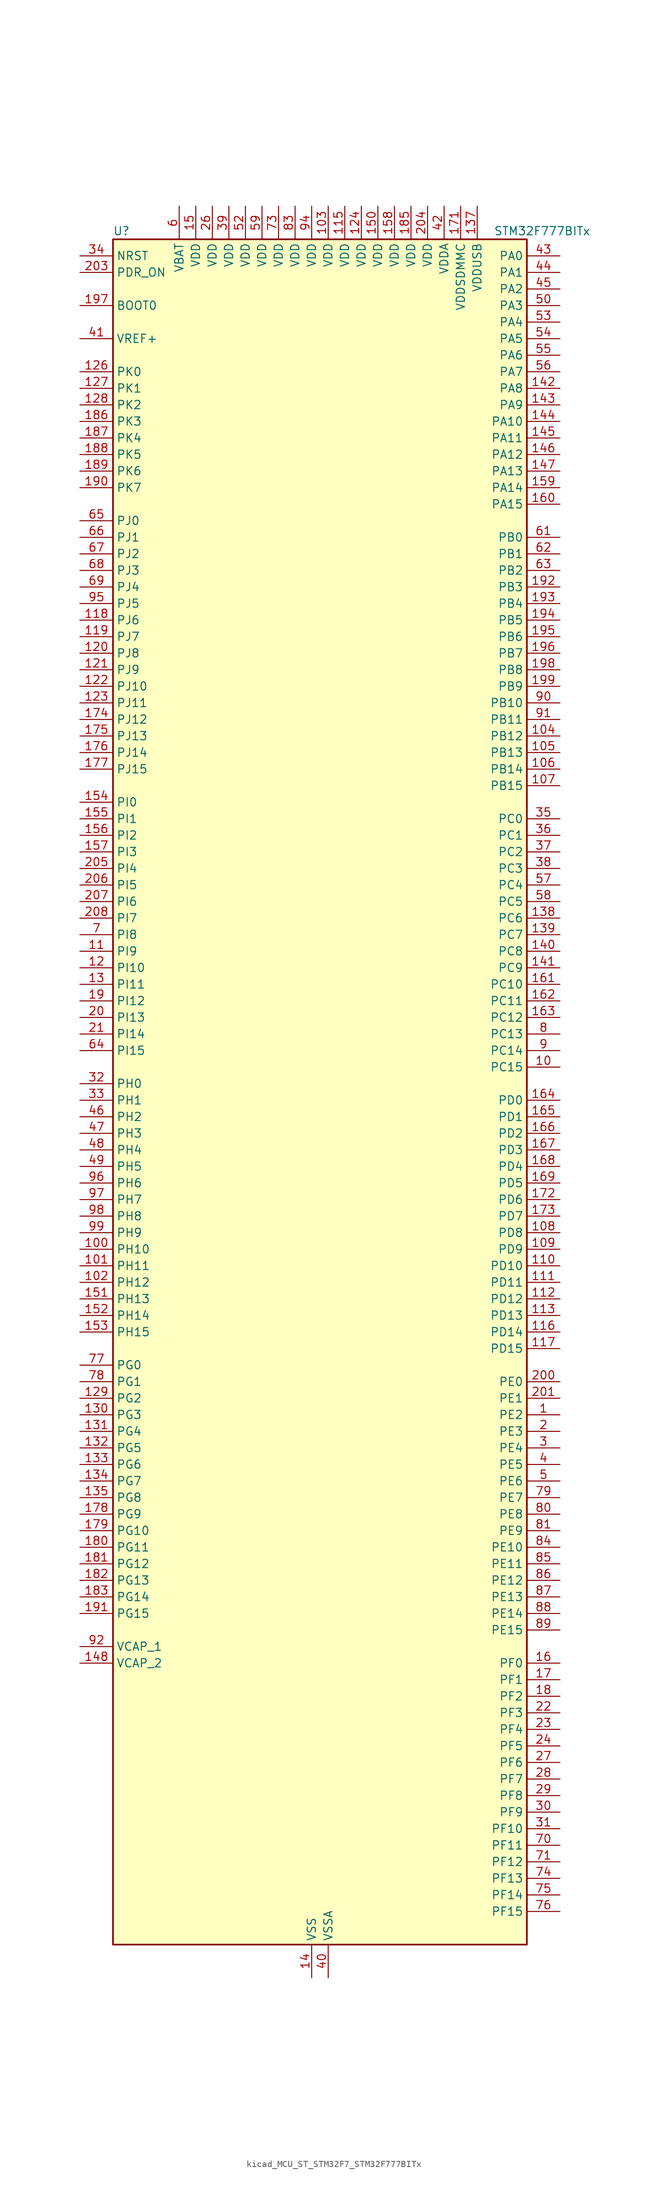
<source format=kicad_sym>
(kicad_symbol_lib
  (version 20220914)
  (generator kicad_symbol_editor)
  (symbol "kicad_MCU_ST_STM32F7_STM32F777BITx"
    (property "Reference" "U"
      (at -30.48 133.35 0)
      (effects (font (size 1.27 1.27)) (justify left)))
    (property "Value" "STM32F777BITx"
      (at 27.94 133.35 0)
      (effects (font (size 1.27 1.27)) (justify left)))
    (property "ki_locked" ""
      (at 0 0 0)
      (effects (font (size 1.27 1.27))))
    (symbol "kicad_MCU_ST_STM32F7_STM32F777BITx_0_1"
      (rectangle (start -30.48 -129.54) (end 33.02 132.08) (stroke (width 0.254) (type default)) (fill (type background))))
    (symbol "kicad_MCU_ST_STM32F7_STM32F777BITx_1_1"
      (pin bidirectional line (at 38.1 -48.26 180) (length 5.08) (name "PE2" (effects (font (size 1.27 1.27)))) (number "1" (effects (font (size 1.27 1.27)))) (alternate "ETH_TXD3" bidirectional line) (alternate "FMC_A23" bidirectional line) (alternate "QUADSPI_BK1_IO2" bidirectional line) (alternate "SAI1_MCLK_A" bidirectional line) (alternate "SPI4_SCK" bidirectional line) (alternate "SYS_TRACECLK" bidirectional line))
      (pin bidirectional line (at 38.1 5.08 180) (length 5.08) (name "PC15" (effects (font (size 1.27 1.27)))) (number "10" (effects (font (size 1.27 1.27)))) (alternate "RCC_OSC32_OUT" bidirectional line))
      (pin bidirectional line (at -35.56 -22.86 0) (length 5.08) (name "PH10" (effects (font (size 1.27 1.27)))) (number "100" (effects (font (size 1.27 1.27)))) (alternate "DCMI_D1" bidirectional line) (alternate "FMC_D18" bidirectional line) (alternate "I2C4_SMBA" bidirectional line) (alternate "LTDC_R4" bidirectional line) (alternate "TIM5_CH1" bidirectional line))
      (pin bidirectional line (at -35.56 -25.4 0) (length 5.08) (name "PH11" (effects (font (size 1.27 1.27)))) (number "101" (effects (font (size 1.27 1.27)))) (alternate "ADC1_EXTI11" bidirectional line) (alternate "ADC2_EXTI11" bidirectional line) (alternate "ADC3_EXTI11" bidirectional line) (alternate "DCMI_D2" bidirectional line) (alternate "FMC_D19" bidirectional line) (alternate "I2C4_SCL" bidirectional line) (alternate "LTDC_R5" bidirectional line) (alternate "TIM5_CH2" bidirectional line))
      (pin bidirectional line (at -35.56 -27.94 0) (length 5.08) (name "PH12" (effects (font (size 1.27 1.27)))) (number "102" (effects (font (size 1.27 1.27)))) (alternate "DCMI_D3" bidirectional line) (alternate "FMC_D20" bidirectional line) (alternate "I2C4_SDA" bidirectional line) (alternate "LTDC_R6" bidirectional line) (alternate "TIM5_CH3" bidirectional line))
      (pin power_in line (at 2.54 137.16 270) (length 5.08) (name "VDD" (effects (font (size 1.27 1.27)))) (number "103" (effects (font (size 1.27 1.27)))))
      (pin bidirectional line (at 38.1 55.88 180) (length 5.08) (name "PB12" (effects (font (size 1.27 1.27)))) (number "104" (effects (font (size 1.27 1.27)))) (alternate "CAN2_RX" bidirectional line) (alternate "DFSDM1_DATIN1" bidirectional line) (alternate "ETH_TXD0" bidirectional line) (alternate "I2C2_SMBA" bidirectional line) (alternate "I2S2_WS" bidirectional line) (alternate "SPI2_NSS" bidirectional line) (alternate "TIM1_BKIN" bidirectional line) (alternate "UART5_RX" bidirectional line) (alternate "USART3_CK" bidirectional line) (alternate "USB_OTG_HS_ID" bidirectional line) (alternate "USB_OTG_HS_ULPI_D5" bidirectional line))
      (pin bidirectional line (at 38.1 53.34 180) (length 5.08) (name "PB13" (effects (font (size 1.27 1.27)))) (number "105" (effects (font (size 1.27 1.27)))) (alternate "CAN2_TX" bidirectional line) (alternate "DFSDM1_CKIN1" bidirectional line) (alternate "ETH_TXD1" bidirectional line) (alternate "I2S2_CK" bidirectional line) (alternate "SPI2_SCK" bidirectional line) (alternate "TIM1_CH1N" bidirectional line) (alternate "UART5_TX" bidirectional line) (alternate "USART3_CTS" bidirectional line) (alternate "USB_OTG_HS_ULPI_D6" bidirectional line) (alternate "USB_OTG_HS_VBUS" bidirectional line))
      (pin bidirectional line (at 38.1 50.8 180) (length 5.08) (name "PB14" (effects (font (size 1.27 1.27)))) (number "106" (effects (font (size 1.27 1.27)))) (alternate "DFSDM1_DATIN2" bidirectional line) (alternate "SDMMC2_D0" bidirectional line) (alternate "SPI2_MISO" bidirectional line) (alternate "TIM12_CH1" bidirectional line) (alternate "TIM1_CH2N" bidirectional line) (alternate "TIM8_CH2N" bidirectional line) (alternate "UART4_DE" bidirectional line) (alternate "UART4_RTS" bidirectional line) (alternate "USART1_TX" bidirectional line) (alternate "USART3_DE" bidirectional line) (alternate "USART3_RTS" bidirectional line) (alternate "USB_OTG_HS_DM" bidirectional line))
      (pin bidirectional line (at 38.1 48.26 180) (length 5.08) (name "PB15" (effects (font (size 1.27 1.27)))) (number "107" (effects (font (size 1.27 1.27)))) (alternate "DFSDM1_CKIN2" bidirectional line) (alternate "I2S2_SD" bidirectional line) (alternate "RTC_REFIN" bidirectional line) (alternate "SDMMC2_D1" bidirectional line) (alternate "SPI2_MOSI" bidirectional line) (alternate "TIM12_CH2" bidirectional line) (alternate "TIM1_CH3N" bidirectional line) (alternate "TIM8_CH3N" bidirectional line) (alternate "UART4_CTS" bidirectional line) (alternate "USART1_RX" bidirectional line) (alternate "USB_OTG_HS_DP" bidirectional line))
      (pin bidirectional line (at 38.1 -20.32 180) (length 5.08) (name "PD8" (effects (font (size 1.27 1.27)))) (number "108" (effects (font (size 1.27 1.27)))) (alternate "DFSDM1_CKIN3" bidirectional line) (alternate "FMC_D13" bidirectional line) (alternate "FMC_DA13" bidirectional line) (alternate "SPDIFRX_IN1" bidirectional line) (alternate "USART3_TX" bidirectional line))
      (pin bidirectional line (at 38.1 -22.86 180) (length 5.08) (name "PD9" (effects (font (size 1.27 1.27)))) (number "109" (effects (font (size 1.27 1.27)))) (alternate "DAC_EXTI9" bidirectional line) (alternate "DFSDM1_DATIN3" bidirectional line) (alternate "FMC_D14" bidirectional line) (alternate "FMC_DA14" bidirectional line) (alternate "USART3_RX" bidirectional line))
      (pin bidirectional line (at -35.56 22.86 0) (length 5.08) (name "PI9" (effects (font (size 1.27 1.27)))) (number "11" (effects (font (size 1.27 1.27)))) (alternate "CAN1_RX" bidirectional line) (alternate "DAC_EXTI9" bidirectional line) (alternate "FMC_D30" bidirectional line) (alternate "LTDC_VSYNC" bidirectional line) (alternate "UART4_RX" bidirectional line))
      (pin bidirectional line (at 38.1 -25.4 180) (length 5.08) (name "PD10" (effects (font (size 1.27 1.27)))) (number "110" (effects (font (size 1.27 1.27)))) (alternate "DFSDM1_CKOUT" bidirectional line) (alternate "FMC_D15" bidirectional line) (alternate "FMC_DA15" bidirectional line) (alternate "LTDC_B3" bidirectional line) (alternate "USART3_CK" bidirectional line))
      (pin bidirectional line (at 38.1 -27.94 180) (length 5.08) (name "PD11" (effects (font (size 1.27 1.27)))) (number "111" (effects (font (size 1.27 1.27)))) (alternate "ADC1_EXTI11" bidirectional line) (alternate "ADC2_EXTI11" bidirectional line) (alternate "ADC3_EXTI11" bidirectional line) (alternate "FMC_A16" bidirectional line) (alternate "FMC_CLE" bidirectional line) (alternate "I2C4_SMBA" bidirectional line) (alternate "QUADSPI_BK1_IO0" bidirectional line) (alternate "SAI2_SD_A" bidirectional line) (alternate "USART3_CTS" bidirectional line))
      (pin bidirectional line (at 38.1 -30.48 180) (length 5.08) (name "PD12" (effects (font (size 1.27 1.27)))) (number "112" (effects (font (size 1.27 1.27)))) (alternate "FMC_A17" bidirectional line) (alternate "FMC_ALE" bidirectional line) (alternate "I2C4_SCL" bidirectional line) (alternate "LPTIM1_IN1" bidirectional line) (alternate "QUADSPI_BK1_IO1" bidirectional line) (alternate "SAI2_FS_A" bidirectional line) (alternate "TIM4_CH1" bidirectional line) (alternate "USART3_DE" bidirectional line) (alternate "USART3_RTS" bidirectional line))
      (pin bidirectional line (at 38.1 -33.02 180) (length 5.08) (name "PD13" (effects (font (size 1.27 1.27)))) (number "113" (effects (font (size 1.27 1.27)))) (alternate "FMC_A18" bidirectional line) (alternate "I2C4_SDA" bidirectional line) (alternate "LPTIM1_OUT" bidirectional line) (alternate "QUADSPI_BK1_IO3" bidirectional line) (alternate "SAI2_SCK_A" bidirectional line) (alternate "TIM4_CH2" bidirectional line))
      (pin passive line (at 0 -134.62 90) (length 5.08) hide (name "VSS" (effects (font (size 1.27 1.27)))) (number "114" (effects (font (size 1.27 1.27)))))
      (pin power_in line (at 5.08 137.16 270) (length 5.08) (name "VDD" (effects (font (size 1.27 1.27)))) (number "115" (effects (font (size 1.27 1.27)))))
      (pin bidirectional line (at 38.1 -35.56 180) (length 5.08) (name "PD14" (effects (font (size 1.27 1.27)))) (number "116" (effects (font (size 1.27 1.27)))) (alternate "FMC_D0" bidirectional line) (alternate "FMC_DA0" bidirectional line) (alternate "TIM4_CH3" bidirectional line) (alternate "UART8_CTS" bidirectional line))
      (pin bidirectional line (at 38.1 -38.1 180) (length 5.08) (name "PD15" (effects (font (size 1.27 1.27)))) (number "117" (effects (font (size 1.27 1.27)))) (alternate "FMC_D1" bidirectional line) (alternate "FMC_DA1" bidirectional line) (alternate "TIM4_CH4" bidirectional line) (alternate "UART8_DE" bidirectional line) (alternate "UART8_RTS" bidirectional line))
      (pin bidirectional line (at -35.56 73.66 0) (length 5.08) (name "PJ6" (effects (font (size 1.27 1.27)))) (number "118" (effects (font (size 1.27 1.27)))) (alternate "LTDC_R7" bidirectional line))
      (pin bidirectional line (at -35.56 71.12 0) (length 5.08) (name "PJ7" (effects (font (size 1.27 1.27)))) (number "119" (effects (font (size 1.27 1.27)))) (alternate "LTDC_G0" bidirectional line))
      (pin bidirectional line (at -35.56 20.32 0) (length 5.08) (name "PI10" (effects (font (size 1.27 1.27)))) (number "12" (effects (font (size 1.27 1.27)))) (alternate "ETH_RX_ER" bidirectional line) (alternate "FMC_D31" bidirectional line) (alternate "LTDC_HSYNC" bidirectional line))
      (pin bidirectional line (at -35.56 68.58 0) (length 5.08) (name "PJ8" (effects (font (size 1.27 1.27)))) (number "120" (effects (font (size 1.27 1.27)))) (alternate "LTDC_G1" bidirectional line))
      (pin bidirectional line (at -35.56 66.04 0) (length 5.08) (name "PJ9" (effects (font (size 1.27 1.27)))) (number "121" (effects (font (size 1.27 1.27)))) (alternate "DAC_EXTI9" bidirectional line) (alternate "LTDC_G2" bidirectional line))
      (pin bidirectional line (at -35.56 63.5 0) (length 5.08) (name "PJ10" (effects (font (size 1.27 1.27)))) (number "122" (effects (font (size 1.27 1.27)))) (alternate "LTDC_G3" bidirectional line))
      (pin bidirectional line (at -35.56 60.96 0) (length 5.08) (name "PJ11" (effects (font (size 1.27 1.27)))) (number "123" (effects (font (size 1.27 1.27)))) (alternate "ADC1_EXTI11" bidirectional line) (alternate "ADC2_EXTI11" bidirectional line) (alternate "ADC3_EXTI11" bidirectional line) (alternate "LTDC_G4" bidirectional line))
      (pin power_in line (at 7.62 137.16 270) (length 5.08) (name "VDD" (effects (font (size 1.27 1.27)))) (number "124" (effects (font (size 1.27 1.27)))))
      (pin passive line (at 0 -134.62 90) (length 5.08) hide (name "VSS" (effects (font (size 1.27 1.27)))) (number "125" (effects (font (size 1.27 1.27)))))
      (pin bidirectional line (at -35.56 111.76 0) (length 5.08) (name "PK0" (effects (font (size 1.27 1.27)))) (number "126" (effects (font (size 1.27 1.27)))) (alternate "LTDC_G5" bidirectional line))
      (pin bidirectional line (at -35.56 109.22 0) (length 5.08) (name "PK1" (effects (font (size 1.27 1.27)))) (number "127" (effects (font (size 1.27 1.27)))) (alternate "LTDC_G6" bidirectional line))
      (pin bidirectional line (at -35.56 106.68 0) (length 5.08) (name "PK2" (effects (font (size 1.27 1.27)))) (number "128" (effects (font (size 1.27 1.27)))) (alternate "LTDC_G7" bidirectional line))
      (pin bidirectional line (at -35.56 -45.72 0) (length 5.08) (name "PG2" (effects (font (size 1.27 1.27)))) (number "129" (effects (font (size 1.27 1.27)))) (alternate "FMC_A12" bidirectional line))
      (pin bidirectional line (at -35.56 17.78 0) (length 5.08) (name "PI11" (effects (font (size 1.27 1.27)))) (number "13" (effects (font (size 1.27 1.27)))) (alternate "ADC1_EXTI11" bidirectional line) (alternate "ADC2_EXTI11" bidirectional line) (alternate "ADC3_EXTI11" bidirectional line) (alternate "LTDC_G6" bidirectional line) (alternate "SYS_WKUP6" bidirectional line) (alternate "USB_OTG_HS_ULPI_DIR" bidirectional line))
      (pin bidirectional line (at -35.56 -48.26 0) (length 5.08) (name "PG3" (effects (font (size 1.27 1.27)))) (number "130" (effects (font (size 1.27 1.27)))) (alternate "FMC_A13" bidirectional line))
      (pin bidirectional line (at -35.56 -50.8 0) (length 5.08) (name "PG4" (effects (font (size 1.27 1.27)))) (number "131" (effects (font (size 1.27 1.27)))) (alternate "FMC_A14" bidirectional line) (alternate "FMC_BA0" bidirectional line))
      (pin bidirectional line (at -35.56 -53.34 0) (length 5.08) (name "PG5" (effects (font (size 1.27 1.27)))) (number "132" (effects (font (size 1.27 1.27)))) (alternate "FMC_A15" bidirectional line) (alternate "FMC_BA1" bidirectional line))
      (pin bidirectional line (at -35.56 -55.88 0) (length 5.08) (name "PG6" (effects (font (size 1.27 1.27)))) (number "133" (effects (font (size 1.27 1.27)))) (alternate "DCMI_D12" bidirectional line) (alternate "FMC_NE3" bidirectional line) (alternate "LTDC_R7" bidirectional line))
      (pin bidirectional line (at -35.56 -58.42 0) (length 5.08) (name "PG7" (effects (font (size 1.27 1.27)))) (number "134" (effects (font (size 1.27 1.27)))) (alternate "DCMI_D13" bidirectional line) (alternate "FMC_INT" bidirectional line) (alternate "LTDC_CLK" bidirectional line) (alternate "SAI1_MCLK_A" bidirectional line) (alternate "USART6_CK" bidirectional line))
      (pin bidirectional line (at -35.56 -60.96 0) (length 5.08) (name "PG8" (effects (font (size 1.27 1.27)))) (number "135" (effects (font (size 1.27 1.27)))) (alternate "ETH_PPS_OUT" bidirectional line) (alternate "FMC_SDCLK" bidirectional line) (alternate "LTDC_G7" bidirectional line) (alternate "SPDIFRX_IN2" bidirectional line) (alternate "SPI6_NSS" bidirectional line) (alternate "USART6_DE" bidirectional line) (alternate "USART6_RTS" bidirectional line))
      (pin passive line (at 0 -134.62 90) (length 5.08) hide (name "VSS" (effects (font (size 1.27 1.27)))) (number "136" (effects (font (size 1.27 1.27)))))
      (pin power_in line (at 25.4 137.16 270) (length 5.08) (name "VDDUSB" (effects (font (size 1.27 1.27)))) (number "137" (effects (font (size 1.27 1.27)))))
      (pin bidirectional line (at 38.1 27.94 180) (length 5.08) (name "PC6" (effects (font (size 1.27 1.27)))) (number "138" (effects (font (size 1.27 1.27)))) (alternate "DCMI_D0" bidirectional line) (alternate "DFSDM1_CKIN3" bidirectional line) (alternate "FMC_NWAIT" bidirectional line) (alternate "I2S2_MCK" bidirectional line) (alternate "LTDC_HSYNC" bidirectional line) (alternate "SDMMC1_D6" bidirectional line) (alternate "SDMMC2_D6" bidirectional line) (alternate "TIM3_CH1" bidirectional line) (alternate "TIM8_CH1" bidirectional line) (alternate "USART6_TX" bidirectional line))
      (pin bidirectional line (at 38.1 25.4 180) (length 5.08) (name "PC7" (effects (font (size 1.27 1.27)))) (number "139" (effects (font (size 1.27 1.27)))) (alternate "DCMI_D1" bidirectional line) (alternate "DFSDM1_DATIN3" bidirectional line) (alternate "FMC_NE1" bidirectional line) (alternate "I2S3_MCK" bidirectional line) (alternate "LTDC_G6" bidirectional line) (alternate "SDMMC1_D7" bidirectional line) (alternate "SDMMC2_D7" bidirectional line) (alternate "TIM3_CH2" bidirectional line) (alternate "TIM8_CH2" bidirectional line) (alternate "USART6_RX" bidirectional line))
      (pin power_in line (at 0 -134.62 90) (length 5.08) (name "VSS" (effects (font (size 1.27 1.27)))) (number "14" (effects (font (size 1.27 1.27)))))
      (pin bidirectional line (at 38.1 22.86 180) (length 5.08) (name "PC8" (effects (font (size 1.27 1.27)))) (number "140" (effects (font (size 1.27 1.27)))) (alternate "DCMI_D2" bidirectional line) (alternate "FMC_NCE" bidirectional line) (alternate "FMC_NE2" bidirectional line) (alternate "SDMMC1_D0" bidirectional line) (alternate "SYS_TRACED1" bidirectional line) (alternate "TIM3_CH3" bidirectional line) (alternate "TIM8_CH3" bidirectional line) (alternate "UART5_DE" bidirectional line) (alternate "UART5_RTS" bidirectional line) (alternate "USART6_CK" bidirectional line))
      (pin bidirectional line (at 38.1 20.32 180) (length 5.08) (name "PC9" (effects (font (size 1.27 1.27)))) (number "141" (effects (font (size 1.27 1.27)))) (alternate "DAC_EXTI9" bidirectional line) (alternate "DCMI_D3" bidirectional line) (alternate "I2C3_SDA" bidirectional line) (alternate "I2S_CKIN" bidirectional line) (alternate "LTDC_B2" bidirectional line) (alternate "LTDC_G3" bidirectional line) (alternate "QUADSPI_BK1_IO0" bidirectional line) (alternate "RCC_MCO_2" bidirectional line) (alternate "SDMMC1_D1" bidirectional line) (alternate "TIM3_CH4" bidirectional line) (alternate "TIM8_CH4" bidirectional line) (alternate "UART5_CTS" bidirectional line))
      (pin bidirectional line (at 38.1 109.22 180) (length 5.08) (name "PA8" (effects (font (size 1.27 1.27)))) (number "142" (effects (font (size 1.27 1.27)))) (alternate "CAN3_RX" bidirectional line) (alternate "I2C3_SCL" bidirectional line) (alternate "LTDC_B3" bidirectional line) (alternate "LTDC_R6" bidirectional line) (alternate "RCC_MCO_1" bidirectional line) (alternate "TIM1_CH1" bidirectional line) (alternate "TIM8_BKIN2" bidirectional line) (alternate "UART7_RX" bidirectional line) (alternate "USART1_CK" bidirectional line) (alternate "USB_OTG_FS_SOF" bidirectional line))
      (pin bidirectional line (at 38.1 106.68 180) (length 5.08) (name "PA9" (effects (font (size 1.27 1.27)))) (number "143" (effects (font (size 1.27 1.27)))) (alternate "DAC_EXTI9" bidirectional line) (alternate "DCMI_D0" bidirectional line) (alternate "I2C3_SMBA" bidirectional line) (alternate "I2S2_CK" bidirectional line) (alternate "LTDC_R5" bidirectional line) (alternate "SPI2_SCK" bidirectional line) (alternate "TIM1_CH2" bidirectional line) (alternate "USART1_TX" bidirectional line) (alternate "USB_OTG_FS_VBUS" bidirectional line))
      (pin bidirectional line (at 38.1 104.14 180) (length 5.08) (name "PA10" (effects (font (size 1.27 1.27)))) (number "144" (effects (font (size 1.27 1.27)))) (alternate "DCMI_D1" bidirectional line) (alternate "LTDC_B1" bidirectional line) (alternate "LTDC_B4" bidirectional line) (alternate "MDIOS_MDIO" bidirectional line) (alternate "TIM1_CH3" bidirectional line) (alternate "USART1_RX" bidirectional line) (alternate "USB_OTG_FS_ID" bidirectional line))
      (pin bidirectional line (at 38.1 101.6 180) (length 5.08) (name "PA11" (effects (font (size 1.27 1.27)))) (number "145" (effects (font (size 1.27 1.27)))) (alternate "ADC1_EXTI11" bidirectional line) (alternate "ADC2_EXTI11" bidirectional line) (alternate "ADC3_EXTI11" bidirectional line) (alternate "CAN1_RX" bidirectional line) (alternate "I2S2_WS" bidirectional line) (alternate "LTDC_R4" bidirectional line) (alternate "SPI2_NSS" bidirectional line) (alternate "TIM1_CH4" bidirectional line) (alternate "UART4_RX" bidirectional line) (alternate "USART1_CTS" bidirectional line) (alternate "USB_OTG_FS_DM" bidirectional line))
      (pin bidirectional line (at 38.1 99.06 180) (length 5.08) (name "PA12" (effects (font (size 1.27 1.27)))) (number "146" (effects (font (size 1.27 1.27)))) (alternate "CAN1_TX" bidirectional line) (alternate "I2S2_CK" bidirectional line) (alternate "LTDC_R5" bidirectional line) (alternate "SAI2_FS_B" bidirectional line) (alternate "SPI2_SCK" bidirectional line) (alternate "TIM1_ETR" bidirectional line) (alternate "UART4_TX" bidirectional line) (alternate "USART1_DE" bidirectional line) (alternate "USART1_RTS" bidirectional line) (alternate "USB_OTG_FS_DP" bidirectional line))
      (pin bidirectional line (at 38.1 96.52 180) (length 5.08) (name "PA13" (effects (font (size 1.27 1.27)))) (number "147" (effects (font (size 1.27 1.27)))) (alternate "SYS_JTMS-SWDIO" bidirectional line))
      (pin power_out line (at -35.56 -86.36 0) (length 5.08) (name "VCAP_2" (effects (font (size 1.27 1.27)))) (number "148" (effects (font (size 1.27 1.27)))))
      (pin passive line (at 0 -134.62 90) (length 5.08) hide (name "VSS" (effects (font (size 1.27 1.27)))) (number "149" (effects (font (size 1.27 1.27)))))
      (pin power_in line (at -17.78 137.16 270) (length 5.08) (name "VDD" (effects (font (size 1.27 1.27)))) (number "15" (effects (font (size 1.27 1.27)))))
      (pin power_in line (at 10.16 137.16 270) (length 5.08) (name "VDD" (effects (font (size 1.27 1.27)))) (number "150" (effects (font (size 1.27 1.27)))))
      (pin bidirectional line (at -35.56 -30.48 0) (length 5.08) (name "PH13" (effects (font (size 1.27 1.27)))) (number "151" (effects (font (size 1.27 1.27)))) (alternate "CAN1_TX" bidirectional line) (alternate "FMC_D21" bidirectional line) (alternate "LTDC_G2" bidirectional line) (alternate "TIM8_CH1N" bidirectional line) (alternate "UART4_TX" bidirectional line))
      (pin bidirectional line (at -35.56 -33.02 0) (length 5.08) (name "PH14" (effects (font (size 1.27 1.27)))) (number "152" (effects (font (size 1.27 1.27)))) (alternate "CAN1_RX" bidirectional line) (alternate "DCMI_D4" bidirectional line) (alternate "FMC_D22" bidirectional line) (alternate "LTDC_G3" bidirectional line) (alternate "TIM8_CH2N" bidirectional line) (alternate "UART4_RX" bidirectional line))
      (pin bidirectional line (at -35.56 -35.56 0) (length 5.08) (name "PH15" (effects (font (size 1.27 1.27)))) (number "153" (effects (font (size 1.27 1.27)))) (alternate "DCMI_D11" bidirectional line) (alternate "FMC_D23" bidirectional line) (alternate "LTDC_G4" bidirectional line) (alternate "TIM8_CH3N" bidirectional line))
      (pin bidirectional line (at -35.56 45.72 0) (length 5.08) (name "PI0" (effects (font (size 1.27 1.27)))) (number "154" (effects (font (size 1.27 1.27)))) (alternate "DCMI_D13" bidirectional line) (alternate "FMC_D24" bidirectional line) (alternate "I2S2_WS" bidirectional line) (alternate "LTDC_G5" bidirectional line) (alternate "SPI2_NSS" bidirectional line) (alternate "TIM5_CH4" bidirectional line))
      (pin bidirectional line (at -35.56 43.18 0) (length 5.08) (name "PI1" (effects (font (size 1.27 1.27)))) (number "155" (effects (font (size 1.27 1.27)))) (alternate "DCMI_D8" bidirectional line) (alternate "FMC_D25" bidirectional line) (alternate "I2S2_CK" bidirectional line) (alternate "LTDC_G6" bidirectional line) (alternate "SPI2_SCK" bidirectional line) (alternate "TIM8_BKIN2" bidirectional line))
      (pin bidirectional line (at -35.56 40.64 0) (length 5.08) (name "PI2" (effects (font (size 1.27 1.27)))) (number "156" (effects (font (size 1.27 1.27)))) (alternate "DCMI_D9" bidirectional line) (alternate "FMC_D26" bidirectional line) (alternate "LTDC_G7" bidirectional line) (alternate "SPI2_MISO" bidirectional line) (alternate "TIM8_CH4" bidirectional line))
      (pin bidirectional line (at -35.56 38.1 0) (length 5.08) (name "PI3" (effects (font (size 1.27 1.27)))) (number "157" (effects (font (size 1.27 1.27)))) (alternate "DCMI_D10" bidirectional line) (alternate "FMC_D27" bidirectional line) (alternate "I2S2_SD" bidirectional line) (alternate "SPI2_MOSI" bidirectional line) (alternate "TIM8_ETR" bidirectional line))
      (pin power_in line (at 12.7 137.16 270) (length 5.08) (name "VDD" (effects (font (size 1.27 1.27)))) (number "158" (effects (font (size 1.27 1.27)))))
      (pin bidirectional line (at 38.1 93.98 180) (length 5.08) (name "PA14" (effects (font (size 1.27 1.27)))) (number "159" (effects (font (size 1.27 1.27)))) (alternate "SYS_JTCK-SWCLK" bidirectional line))
      (pin bidirectional line (at 38.1 -86.36 180) (length 5.08) (name "PF0" (effects (font (size 1.27 1.27)))) (number "16" (effects (font (size 1.27 1.27)))) (alternate "FMC_A0" bidirectional line) (alternate "I2C2_SDA" bidirectional line))
      (pin bidirectional line (at 38.1 91.44 180) (length 5.08) (name "PA15" (effects (font (size 1.27 1.27)))) (number "160" (effects (font (size 1.27 1.27)))) (alternate "CAN3_TX" bidirectional line) (alternate "CEC" bidirectional line) (alternate "I2S1_WS" bidirectional line) (alternate "I2S3_WS" bidirectional line) (alternate "SPI1_NSS" bidirectional line) (alternate "SPI3_NSS" bidirectional line) (alternate "SPI6_NSS" bidirectional line) (alternate "SYS_JTDI" bidirectional line) (alternate "TIM2_CH1" bidirectional line) (alternate "TIM2_ETR" bidirectional line) (alternate "UART4_DE" bidirectional line) (alternate "UART4_RTS" bidirectional line) (alternate "UART7_TX" bidirectional line))
      (pin bidirectional line (at 38.1 17.78 180) (length 5.08) (name "PC10" (effects (font (size 1.27 1.27)))) (number "161" (effects (font (size 1.27 1.27)))) (alternate "DCMI_D8" bidirectional line) (alternate "DFSDM1_CKIN5" bidirectional line) (alternate "I2S3_CK" bidirectional line) (alternate "LTDC_R2" bidirectional line) (alternate "QUADSPI_BK1_IO1" bidirectional line) (alternate "SDMMC1_D2" bidirectional line) (alternate "SPI3_SCK" bidirectional line) (alternate "UART4_TX" bidirectional line) (alternate "USART3_TX" bidirectional line))
      (pin bidirectional line (at 38.1 15.24 180) (length 5.08) (name "PC11" (effects (font (size 1.27 1.27)))) (number "162" (effects (font (size 1.27 1.27)))) (alternate "ADC1_EXTI11" bidirectional line) (alternate "ADC2_EXTI11" bidirectional line) (alternate "ADC3_EXTI11" bidirectional line) (alternate "DCMI_D4" bidirectional line) (alternate "DFSDM1_DATIN5" bidirectional line) (alternate "QUADSPI_BK2_NCS" bidirectional line) (alternate "SDMMC1_D3" bidirectional line) (alternate "SPI3_MISO" bidirectional line) (alternate "UART4_RX" bidirectional line) (alternate "USART3_RX" bidirectional line))
      (pin bidirectional line (at 38.1 12.7 180) (length 5.08) (name "PC12" (effects (font (size 1.27 1.27)))) (number "163" (effects (font (size 1.27 1.27)))) (alternate "DCMI_D9" bidirectional line) (alternate "I2S3_SD" bidirectional line) (alternate "SDMMC1_CK" bidirectional line) (alternate "SPI3_MOSI" bidirectional line) (alternate "SYS_TRACED3" bidirectional line) (alternate "UART5_TX" bidirectional line) (alternate "USART3_CK" bidirectional line))
      (pin bidirectional line (at 38.1 0 180) (length 5.08) (name "PD0" (effects (font (size 1.27 1.27)))) (number "164" (effects (font (size 1.27 1.27)))) (alternate "CAN1_RX" bidirectional line) (alternate "DFSDM1_CKIN6" bidirectional line) (alternate "DFSDM1_DATIN7" bidirectional line) (alternate "FMC_D2" bidirectional line) (alternate "FMC_DA2" bidirectional line) (alternate "UART4_RX" bidirectional line))
      (pin bidirectional line (at 38.1 -2.54 180) (length 5.08) (name "PD1" (effects (font (size 1.27 1.27)))) (number "165" (effects (font (size 1.27 1.27)))) (alternate "CAN1_TX" bidirectional line) (alternate "DFSDM1_CKIN7" bidirectional line) (alternate "DFSDM1_DATIN6" bidirectional line) (alternate "FMC_D3" bidirectional line) (alternate "FMC_DA3" bidirectional line) (alternate "UART4_TX" bidirectional line))
      (pin bidirectional line (at 38.1 -5.08 180) (length 5.08) (name "PD2" (effects (font (size 1.27 1.27)))) (number "166" (effects (font (size 1.27 1.27)))) (alternate "DCMI_D11" bidirectional line) (alternate "SDMMC1_CMD" bidirectional line) (alternate "SYS_TRACED2" bidirectional line) (alternate "TIM3_ETR" bidirectional line) (alternate "UART5_RX" bidirectional line))
      (pin bidirectional line (at 38.1 -7.62 180) (length 5.08) (name "PD3" (effects (font (size 1.27 1.27)))) (number "167" (effects (font (size 1.27 1.27)))) (alternate "DCMI_D5" bidirectional line) (alternate "DFSDM1_CKOUT" bidirectional line) (alternate "DFSDM1_DATIN0" bidirectional line) (alternate "FMC_CLK" bidirectional line) (alternate "I2S2_CK" bidirectional line) (alternate "LTDC_G7" bidirectional line) (alternate "SPI2_SCK" bidirectional line) (alternate "USART2_CTS" bidirectional line))
      (pin bidirectional line (at 38.1 -10.16 180) (length 5.08) (name "PD4" (effects (font (size 1.27 1.27)))) (number "168" (effects (font (size 1.27 1.27)))) (alternate "DFSDM1_CKIN0" bidirectional line) (alternate "FMC_NOE" bidirectional line) (alternate "USART2_DE" bidirectional line) (alternate "USART2_RTS" bidirectional line))
      (pin bidirectional line (at 38.1 -12.7 180) (length 5.08) (name "PD5" (effects (font (size 1.27 1.27)))) (number "169" (effects (font (size 1.27 1.27)))) (alternate "FMC_NWE" bidirectional line) (alternate "USART2_TX" bidirectional line))
      (pin bidirectional line (at 38.1 -88.9 180) (length 5.08) (name "PF1" (effects (font (size 1.27 1.27)))) (number "17" (effects (font (size 1.27 1.27)))) (alternate "FMC_A1" bidirectional line) (alternate "I2C2_SCL" bidirectional line))
      (pin passive line (at 0 -134.62 90) (length 5.08) hide (name "VSS" (effects (font (size 1.27 1.27)))) (number "170" (effects (font (size 1.27 1.27)))))
      (pin power_in line (at 22.86 137.16 270) (length 5.08) (name "VDDSDMMC" (effects (font (size 1.27 1.27)))) (number "171" (effects (font (size 1.27 1.27)))))
      (pin bidirectional line (at 38.1 -15.24 180) (length 5.08) (name "PD6" (effects (font (size 1.27 1.27)))) (number "172" (effects (font (size 1.27 1.27)))) (alternate "DCMI_D10" bidirectional line) (alternate "DFSDM1_CKIN4" bidirectional line) (alternate "DFSDM1_DATIN1" bidirectional line) (alternate "FMC_NWAIT" bidirectional line) (alternate "I2S3_SD" bidirectional line) (alternate "LTDC_B2" bidirectional line) (alternate "SAI1_SD_A" bidirectional line) (alternate "SDMMC2_CK" bidirectional line) (alternate "SPI3_MOSI" bidirectional line) (alternate "USART2_RX" bidirectional line))
      (pin bidirectional line (at 38.1 -17.78 180) (length 5.08) (name "PD7" (effects (font (size 1.27 1.27)))) (number "173" (effects (font (size 1.27 1.27)))) (alternate "DFSDM1_CKIN1" bidirectional line) (alternate "DFSDM1_DATIN4" bidirectional line) (alternate "FMC_NE1" bidirectional line) (alternate "I2S1_SD" bidirectional line) (alternate "SDMMC2_CMD" bidirectional line) (alternate "SPDIFRX_IN0" bidirectional line) (alternate "SPI1_MOSI" bidirectional line) (alternate "USART2_CK" bidirectional line))
      (pin bidirectional line (at -35.56 58.42 0) (length 5.08) (name "PJ12" (effects (font (size 1.27 1.27)))) (number "174" (effects (font (size 1.27 1.27)))) (alternate "LTDC_B0" bidirectional line) (alternate "LTDC_G3" bidirectional line))
      (pin bidirectional line (at -35.56 55.88 0) (length 5.08) (name "PJ13" (effects (font (size 1.27 1.27)))) (number "175" (effects (font (size 1.27 1.27)))) (alternate "LTDC_B1" bidirectional line) (alternate "LTDC_G4" bidirectional line))
      (pin bidirectional line (at -35.56 53.34 0) (length 5.08) (name "PJ14" (effects (font (size 1.27 1.27)))) (number "176" (effects (font (size 1.27 1.27)))) (alternate "LTDC_B2" bidirectional line))
      (pin bidirectional line (at -35.56 50.8 0) (length 5.08) (name "PJ15" (effects (font (size 1.27 1.27)))) (number "177" (effects (font (size 1.27 1.27)))) (alternate "LTDC_B3" bidirectional line))
      (pin bidirectional line (at -35.56 -63.5 0) (length 5.08) (name "PG9" (effects (font (size 1.27 1.27)))) (number "178" (effects (font (size 1.27 1.27)))) (alternate "DAC_EXTI9" bidirectional line) (alternate "DCMI_VSYNC" bidirectional line) (alternate "FMC_NCE" bidirectional line) (alternate "FMC_NE2" bidirectional line) (alternate "QUADSPI_BK2_IO2" bidirectional line) (alternate "SAI2_FS_B" bidirectional line) (alternate "SDMMC2_D0" bidirectional line) (alternate "SPDIFRX_IN3" bidirectional line) (alternate "SPI1_MISO" bidirectional line) (alternate "USART6_RX" bidirectional line))
      (pin bidirectional line (at -35.56 -66.04 0) (length 5.08) (name "PG10" (effects (font (size 1.27 1.27)))) (number "179" (effects (font (size 1.27 1.27)))) (alternate "DCMI_D2" bidirectional line) (alternate "FMC_NE3" bidirectional line) (alternate "I2S1_WS" bidirectional line) (alternate "LTDC_B2" bidirectional line) (alternate "LTDC_G3" bidirectional line) (alternate "SAI2_SD_B" bidirectional line) (alternate "SDMMC2_D1" bidirectional line) (alternate "SPI1_NSS" bidirectional line))
      (pin bidirectional line (at 38.1 -91.44 180) (length 5.08) (name "PF2" (effects (font (size 1.27 1.27)))) (number "18" (effects (font (size 1.27 1.27)))) (alternate "FMC_A2" bidirectional line) (alternate "I2C2_SMBA" bidirectional line))
      (pin bidirectional line (at -35.56 -68.58 0) (length 5.08) (name "PG11" (effects (font (size 1.27 1.27)))) (number "180" (effects (font (size 1.27 1.27)))) (alternate "ADC1_EXTI11" bidirectional line) (alternate "ADC2_EXTI11" bidirectional line) (alternate "ADC3_EXTI11" bidirectional line) (alternate "DCMI_D3" bidirectional line) (alternate "ETH_TX_EN" bidirectional line) (alternate "I2S1_CK" bidirectional line) (alternate "LTDC_B3" bidirectional line) (alternate "SDMMC2_D2" bidirectional line) (alternate "SPDIFRX_IN0" bidirectional line) (alternate "SPI1_SCK" bidirectional line))
      (pin bidirectional line (at -35.56 -71.12 0) (length 5.08) (name "PG12" (effects (font (size 1.27 1.27)))) (number "181" (effects (font (size 1.27 1.27)))) (alternate "FMC_NE4" bidirectional line) (alternate "LPTIM1_IN1" bidirectional line) (alternate "LTDC_B1" bidirectional line) (alternate "LTDC_B4" bidirectional line) (alternate "SDMMC2_D3" bidirectional line) (alternate "SPDIFRX_IN1" bidirectional line) (alternate "SPI6_MISO" bidirectional line) (alternate "USART6_DE" bidirectional line) (alternate "USART6_RTS" bidirectional line))
      (pin bidirectional line (at -35.56 -73.66 0) (length 5.08) (name "PG13" (effects (font (size 1.27 1.27)))) (number "182" (effects (font (size 1.27 1.27)))) (alternate "ETH_TXD0" bidirectional line) (alternate "FMC_A24" bidirectional line) (alternate "LPTIM1_OUT" bidirectional line) (alternate "LTDC_R0" bidirectional line) (alternate "SPI6_SCK" bidirectional line) (alternate "SYS_TRACED0" bidirectional line) (alternate "USART6_CTS" bidirectional line))
      (pin bidirectional line (at -35.56 -76.2 0) (length 5.08) (name "PG14" (effects (font (size 1.27 1.27)))) (number "183" (effects (font (size 1.27 1.27)))) (alternate "ETH_TXD1" bidirectional line) (alternate "FMC_A25" bidirectional line) (alternate "LPTIM1_ETR" bidirectional line) (alternate "LTDC_B0" bidirectional line) (alternate "QUADSPI_BK2_IO3" bidirectional line) (alternate "SPI6_MOSI" bidirectional line) (alternate "SYS_TRACED1" bidirectional line) (alternate "USART6_TX" bidirectional line))
      (pin passive line (at 0 -134.62 90) (length 5.08) hide (name "VSS" (effects (font (size 1.27 1.27)))) (number "184" (effects (font (size 1.27 1.27)))))
      (pin power_in line (at 15.24 137.16 270) (length 5.08) (name "VDD" (effects (font (size 1.27 1.27)))) (number "185" (effects (font (size 1.27 1.27)))))
      (pin bidirectional line (at -35.56 104.14 0) (length 5.08) (name "PK3" (effects (font (size 1.27 1.27)))) (number "186" (effects (font (size 1.27 1.27)))) (alternate "LTDC_B4" bidirectional line))
      (pin bidirectional line (at -35.56 101.6 0) (length 5.08) (name "PK4" (effects (font (size 1.27 1.27)))) (number "187" (effects (font (size 1.27 1.27)))) (alternate "LTDC_B5" bidirectional line))
      (pin bidirectional line (at -35.56 99.06 0) (length 5.08) (name "PK5" (effects (font (size 1.27 1.27)))) (number "188" (effects (font (size 1.27 1.27)))) (alternate "LTDC_B6" bidirectional line))
      (pin bidirectional line (at -35.56 96.52 0) (length 5.08) (name "PK6" (effects (font (size 1.27 1.27)))) (number "189" (effects (font (size 1.27 1.27)))) (alternate "LTDC_B7" bidirectional line))
      (pin bidirectional line (at -35.56 15.24 0) (length 5.08) (name "PI12" (effects (font (size 1.27 1.27)))) (number "19" (effects (font (size 1.27 1.27)))) (alternate "LTDC_HSYNC" bidirectional line))
      (pin bidirectional line (at -35.56 93.98 0) (length 5.08) (name "PK7" (effects (font (size 1.27 1.27)))) (number "190" (effects (font (size 1.27 1.27)))) (alternate "LTDC_DE" bidirectional line))
      (pin bidirectional line (at -35.56 -78.74 0) (length 5.08) (name "PG15" (effects (font (size 1.27 1.27)))) (number "191" (effects (font (size 1.27 1.27)))) (alternate "DCMI_D13" bidirectional line) (alternate "FMC_SDNCAS" bidirectional line) (alternate "USART6_CTS" bidirectional line))
      (pin bidirectional line (at 38.1 78.74 180) (length 5.08) (name "PB3" (effects (font (size 1.27 1.27)))) (number "192" (effects (font (size 1.27 1.27)))) (alternate "CAN3_RX" bidirectional line) (alternate "I2S1_CK" bidirectional line) (alternate "I2S3_CK" bidirectional line) (alternate "SDMMC2_D2" bidirectional line) (alternate "SPI1_SCK" bidirectional line) (alternate "SPI3_SCK" bidirectional line) (alternate "SPI6_SCK" bidirectional line) (alternate "SYS_JTDO-SWO" bidirectional line) (alternate "TIM2_CH2" bidirectional line) (alternate "UART7_RX" bidirectional line))
      (pin bidirectional line (at 38.1 76.2 180) (length 5.08) (name "PB4" (effects (font (size 1.27 1.27)))) (number "193" (effects (font (size 1.27 1.27)))) (alternate "CAN3_TX" bidirectional line) (alternate "I2S2_WS" bidirectional line) (alternate "SDMMC2_D3" bidirectional line) (alternate "SPI1_MISO" bidirectional line) (alternate "SPI2_NSS" bidirectional line) (alternate "SPI3_MISO" bidirectional line) (alternate "SPI6_MISO" bidirectional line) (alternate "SYS_JTRST" bidirectional line) (alternate "TIM3_CH1" bidirectional line) (alternate "UART7_TX" bidirectional line))
      (pin bidirectional line (at 38.1 73.66 180) (length 5.08) (name "PB5" (effects (font (size 1.27 1.27)))) (number "194" (effects (font (size 1.27 1.27)))) (alternate "CAN2_RX" bidirectional line) (alternate "DCMI_D10" bidirectional line) (alternate "ETH_PPS_OUT" bidirectional line) (alternate "FMC_SDCKE1" bidirectional line) (alternate "I2C1_SMBA" bidirectional line) (alternate "I2S1_SD" bidirectional line) (alternate "I2S3_SD" bidirectional line) (alternate "LTDC_G7" bidirectional line) (alternate "SPI1_MOSI" bidirectional line) (alternate "SPI3_MOSI" bidirectional line) (alternate "SPI6_MOSI" bidirectional line) (alternate "TIM3_CH2" bidirectional line) (alternate "UART5_RX" bidirectional line) (alternate "USB_OTG_HS_ULPI_D7" bidirectional line))
      (pin bidirectional line (at 38.1 71.12 180) (length 5.08) (name "PB6" (effects (font (size 1.27 1.27)))) (number "195" (effects (font (size 1.27 1.27)))) (alternate "CAN2_TX" bidirectional line) (alternate "CEC" bidirectional line) (alternate "DCMI_D5" bidirectional line) (alternate "DFSDM1_DATIN5" bidirectional line) (alternate "FMC_SDNE1" bidirectional line) (alternate "I2C1_SCL" bidirectional line) (alternate "I2C4_SCL" bidirectional line) (alternate "QUADSPI_BK1_NCS" bidirectional line) (alternate "TIM4_CH1" bidirectional line) (alternate "UART5_TX" bidirectional line) (alternate "USART1_TX" bidirectional line))
      (pin bidirectional line (at 38.1 68.58 180) (length 5.08) (name "PB7" (effects (font (size 1.27 1.27)))) (number "196" (effects (font (size 1.27 1.27)))) (alternate "DCMI_VSYNC" bidirectional line) (alternate "DFSDM1_CKIN5" bidirectional line) (alternate "FMC_NL" bidirectional line) (alternate "I2C1_SDA" bidirectional line) (alternate "I2C4_SDA" bidirectional line) (alternate "TIM4_CH2" bidirectional line) (alternate "USART1_RX" bidirectional line))
      (pin input line (at -35.56 121.92 0) (length 5.08) (name "BOOT0" (effects (font (size 1.27 1.27)))) (number "197" (effects (font (size 1.27 1.27)))))
      (pin bidirectional line (at 38.1 66.04 180) (length 5.08) (name "PB8" (effects (font (size 1.27 1.27)))) (number "198" (effects (font (size 1.27 1.27)))) (alternate "CAN1_RX" bidirectional line) (alternate "DCMI_D6" bidirectional line) (alternate "DFSDM1_CKIN7" bidirectional line) (alternate "ETH_TXD3" bidirectional line) (alternate "I2C1_SCL" bidirectional line) (alternate "I2C4_SCL" bidirectional line) (alternate "LTDC_B6" bidirectional line) (alternate "SDMMC1_D4" bidirectional line) (alternate "SDMMC2_D4" bidirectional line) (alternate "TIM10_CH1" bidirectional line) (alternate "TIM4_CH3" bidirectional line) (alternate "UART5_RX" bidirectional line))
      (pin bidirectional line (at 38.1 63.5 180) (length 5.08) (name "PB9" (effects (font (size 1.27 1.27)))) (number "199" (effects (font (size 1.27 1.27)))) (alternate "CAN1_TX" bidirectional line) (alternate "DAC_EXTI9" bidirectional line) (alternate "DCMI_D7" bidirectional line) (alternate "DFSDM1_DATIN7" bidirectional line) (alternate "I2C1_SDA" bidirectional line) (alternate "I2C4_SDA" bidirectional line) (alternate "I2C4_SMBA" bidirectional line) (alternate "I2S2_WS" bidirectional line) (alternate "LTDC_B7" bidirectional line) (alternate "SDMMC1_D5" bidirectional line) (alternate "SDMMC2_D5" bidirectional line) (alternate "SPI2_NSS" bidirectional line) (alternate "TIM11_CH1" bidirectional line) (alternate "TIM4_CH4" bidirectional line) (alternate "UART5_TX" bidirectional line))
      (pin bidirectional line (at 38.1 -50.8 180) (length 5.08) (name "PE3" (effects (font (size 1.27 1.27)))) (number "2" (effects (font (size 1.27 1.27)))) (alternate "FMC_A19" bidirectional line) (alternate "SAI1_SD_B" bidirectional line) (alternate "SYS_TRACED0" bidirectional line))
      (pin bidirectional line (at -35.56 12.7 0) (length 5.08) (name "PI13" (effects (font (size 1.27 1.27)))) (number "20" (effects (font (size 1.27 1.27)))) (alternate "LTDC_VSYNC" bidirectional line))
      (pin bidirectional line (at 38.1 -43.18 180) (length 5.08) (name "PE0" (effects (font (size 1.27 1.27)))) (number "200" (effects (font (size 1.27 1.27)))) (alternate "DCMI_D2" bidirectional line) (alternate "FMC_NBL0" bidirectional line) (alternate "LPTIM1_ETR" bidirectional line) (alternate "SAI2_MCLK_A" bidirectional line) (alternate "TIM4_ETR" bidirectional line) (alternate "UART8_RX" bidirectional line))
      (pin bidirectional line (at 38.1 -45.72 180) (length 5.08) (name "PE1" (effects (font (size 1.27 1.27)))) (number "201" (effects (font (size 1.27 1.27)))) (alternate "DCMI_D3" bidirectional line) (alternate "FMC_NBL1" bidirectional line) (alternate "LPTIM1_IN2" bidirectional line) (alternate "UART8_TX" bidirectional line))
      (pin passive line (at 0 -134.62 90) (length 5.08) hide (name "VSS" (effects (font (size 1.27 1.27)))) (number "202" (effects (font (size 1.27 1.27)))))
      (pin input line (at -35.56 127 0) (length 5.08) (name "PDR_ON" (effects (font (size 1.27 1.27)))) (number "203" (effects (font (size 1.27 1.27)))))
      (pin power_in line (at 17.78 137.16 270) (length 5.08) (name "VDD" (effects (font (size 1.27 1.27)))) (number "204" (effects (font (size 1.27 1.27)))))
      (pin bidirectional line (at -35.56 35.56 0) (length 5.08) (name "PI4" (effects (font (size 1.27 1.27)))) (number "205" (effects (font (size 1.27 1.27)))) (alternate "DCMI_D5" bidirectional line) (alternate "FMC_NBL2" bidirectional line) (alternate "LTDC_B4" bidirectional line) (alternate "SAI2_MCLK_A" bidirectional line) (alternate "TIM8_BKIN" bidirectional line))
      (pin bidirectional line (at -35.56 33.02 0) (length 5.08) (name "PI5" (effects (font (size 1.27 1.27)))) (number "206" (effects (font (size 1.27 1.27)))) (alternate "DCMI_VSYNC" bidirectional line) (alternate "FMC_NBL3" bidirectional line) (alternate "LTDC_B5" bidirectional line) (alternate "SAI2_SCK_A" bidirectional line) (alternate "TIM8_CH1" bidirectional line))
      (pin bidirectional line (at -35.56 30.48 0) (length 5.08) (name "PI6" (effects (font (size 1.27 1.27)))) (number "207" (effects (font (size 1.27 1.27)))) (alternate "DCMI_D6" bidirectional line) (alternate "FMC_D28" bidirectional line) (alternate "LTDC_B6" bidirectional line) (alternate "SAI2_SD_A" bidirectional line) (alternate "TIM8_CH2" bidirectional line))
      (pin bidirectional line (at -35.56 27.94 0) (length 5.08) (name "PI7" (effects (font (size 1.27 1.27)))) (number "208" (effects (font (size 1.27 1.27)))) (alternate "DCMI_D7" bidirectional line) (alternate "FMC_D29" bidirectional line) (alternate "LTDC_B7" bidirectional line) (alternate "SAI2_FS_A" bidirectional line) (alternate "TIM8_CH3" bidirectional line))
      (pin bidirectional line (at -35.56 10.16 0) (length 5.08) (name "PI14" (effects (font (size 1.27 1.27)))) (number "21" (effects (font (size 1.27 1.27)))) (alternate "LTDC_CLK" bidirectional line))
      (pin bidirectional line (at 38.1 -93.98 180) (length 5.08) (name "PF3" (effects (font (size 1.27 1.27)))) (number "22" (effects (font (size 1.27 1.27)))) (alternate "ADC3_IN9" bidirectional line) (alternate "FMC_A3" bidirectional line))
      (pin bidirectional line (at 38.1 -96.52 180) (length 5.08) (name "PF4" (effects (font (size 1.27 1.27)))) (number "23" (effects (font (size 1.27 1.27)))) (alternate "ADC3_IN14" bidirectional line) (alternate "FMC_A4" bidirectional line))
      (pin bidirectional line (at 38.1 -99.06 180) (length 5.08) (name "PF5" (effects (font (size 1.27 1.27)))) (number "24" (effects (font (size 1.27 1.27)))) (alternate "ADC3_IN15" bidirectional line) (alternate "FMC_A5" bidirectional line))
      (pin passive line (at 0 -134.62 90) (length 5.08) hide (name "VSS" (effects (font (size 1.27 1.27)))) (number "25" (effects (font (size 1.27 1.27)))))
      (pin power_in line (at -15.24 137.16 270) (length 5.08) (name "VDD" (effects (font (size 1.27 1.27)))) (number "26" (effects (font (size 1.27 1.27)))))
      (pin bidirectional line (at 38.1 -101.6 180) (length 5.08) (name "PF6" (effects (font (size 1.27 1.27)))) (number "27" (effects (font (size 1.27 1.27)))) (alternate "ADC3_IN4" bidirectional line) (alternate "QUADSPI_BK1_IO3" bidirectional line) (alternate "SAI1_SD_B" bidirectional line) (alternate "SPI5_NSS" bidirectional line) (alternate "TIM10_CH1" bidirectional line) (alternate "UART7_RX" bidirectional line))
      (pin bidirectional line (at 38.1 -104.14 180) (length 5.08) (name "PF7" (effects (font (size 1.27 1.27)))) (number "28" (effects (font (size 1.27 1.27)))) (alternate "ADC3_IN5" bidirectional line) (alternate "QUADSPI_BK1_IO2" bidirectional line) (alternate "SAI1_MCLK_B" bidirectional line) (alternate "SPI5_SCK" bidirectional line) (alternate "TIM11_CH1" bidirectional line) (alternate "UART7_TX" bidirectional line))
      (pin bidirectional line (at 38.1 -106.68 180) (length 5.08) (name "PF8" (effects (font (size 1.27 1.27)))) (number "29" (effects (font (size 1.27 1.27)))) (alternate "ADC3_IN6" bidirectional line) (alternate "QUADSPI_BK1_IO0" bidirectional line) (alternate "SAI1_SCK_B" bidirectional line) (alternate "SPI5_MISO" bidirectional line) (alternate "TIM13_CH1" bidirectional line) (alternate "UART7_DE" bidirectional line) (alternate "UART7_RTS" bidirectional line))
      (pin bidirectional line (at 38.1 -53.34 180) (length 5.08) (name "PE4" (effects (font (size 1.27 1.27)))) (number "3" (effects (font (size 1.27 1.27)))) (alternate "DCMI_D4" bidirectional line) (alternate "DFSDM1_DATIN3" bidirectional line) (alternate "FMC_A20" bidirectional line) (alternate "LTDC_B0" bidirectional line) (alternate "SAI1_FS_A" bidirectional line) (alternate "SPI4_NSS" bidirectional line) (alternate "SYS_TRACED1" bidirectional line))
      (pin bidirectional line (at 38.1 -109.22 180) (length 5.08) (name "PF9" (effects (font (size 1.27 1.27)))) (number "30" (effects (font (size 1.27 1.27)))) (alternate "ADC3_IN7" bidirectional line) (alternate "DAC_EXTI9" bidirectional line) (alternate "QUADSPI_BK1_IO1" bidirectional line) (alternate "SAI1_FS_B" bidirectional line) (alternate "SPI5_MOSI" bidirectional line) (alternate "TIM14_CH1" bidirectional line) (alternate "UART7_CTS" bidirectional line))
      (pin bidirectional line (at 38.1 -111.76 180) (length 5.08) (name "PF10" (effects (font (size 1.27 1.27)))) (number "31" (effects (font (size 1.27 1.27)))) (alternate "ADC3_IN8" bidirectional line) (alternate "DCMI_D11" bidirectional line) (alternate "LTDC_DE" bidirectional line) (alternate "QUADSPI_CLK" bidirectional line))
      (pin bidirectional line (at -35.56 2.54 0) (length 5.08) (name "PH0" (effects (font (size 1.27 1.27)))) (number "32" (effects (font (size 1.27 1.27)))) (alternate "RCC_OSC_IN" bidirectional line))
      (pin bidirectional line (at -35.56 0 0) (length 5.08) (name "PH1" (effects (font (size 1.27 1.27)))) (number "33" (effects (font (size 1.27 1.27)))) (alternate "RCC_OSC_OUT" bidirectional line))
      (pin input line (at -35.56 129.54 0) (length 5.08) (name "NRST" (effects (font (size 1.27 1.27)))) (number "34" (effects (font (size 1.27 1.27)))))
      (pin bidirectional line (at 38.1 43.18 180) (length 5.08) (name "PC0" (effects (font (size 1.27 1.27)))) (number "35" (effects (font (size 1.27 1.27)))) (alternate "ADC1_IN10" bidirectional line) (alternate "ADC2_IN10" bidirectional line) (alternate "ADC3_IN10" bidirectional line) (alternate "DFSDM1_CKIN0" bidirectional line) (alternate "DFSDM1_DATIN4" bidirectional line) (alternate "FMC_SDNWE" bidirectional line) (alternate "LTDC_R5" bidirectional line) (alternate "SAI2_FS_B" bidirectional line) (alternate "USB_OTG_HS_ULPI_STP" bidirectional line))
      (pin bidirectional line (at 38.1 40.64 180) (length 5.08) (name "PC1" (effects (font (size 1.27 1.27)))) (number "36" (effects (font (size 1.27 1.27)))) (alternate "ADC1_IN11" bidirectional line) (alternate "ADC2_IN11" bidirectional line) (alternate "ADC3_IN11" bidirectional line) (alternate "DFSDM1_CKIN4" bidirectional line) (alternate "DFSDM1_DATIN0" bidirectional line) (alternate "ETH_MDC" bidirectional line) (alternate "I2S2_SD" bidirectional line) (alternate "MDIOS_MDC" bidirectional line) (alternate "RTC_TAMP3" bidirectional line) (alternate "RTC_TS" bidirectional line) (alternate "SAI1_SD_A" bidirectional line) (alternate "SPI2_MOSI" bidirectional line) (alternate "SYS_TRACED0" bidirectional line) (alternate "SYS_WKUP3" bidirectional line))
      (pin bidirectional line (at 38.1 38.1 180) (length 5.08) (name "PC2" (effects (font (size 1.27 1.27)))) (number "37" (effects (font (size 1.27 1.27)))) (alternate "ADC1_IN12" bidirectional line) (alternate "ADC2_IN12" bidirectional line) (alternate "ADC3_IN12" bidirectional line) (alternate "DFSDM1_CKIN1" bidirectional line) (alternate "DFSDM1_CKOUT" bidirectional line) (alternate "ETH_TXD2" bidirectional line) (alternate "FMC_SDNE0" bidirectional line) (alternate "SPI2_MISO" bidirectional line) (alternate "USB_OTG_HS_ULPI_DIR" bidirectional line))
      (pin bidirectional line (at 38.1 35.56 180) (length 5.08) (name "PC3" (effects (font (size 1.27 1.27)))) (number "38" (effects (font (size 1.27 1.27)))) (alternate "ADC1_IN13" bidirectional line) (alternate "ADC2_IN13" bidirectional line) (alternate "ADC3_IN13" bidirectional line) (alternate "DFSDM1_DATIN1" bidirectional line) (alternate "ETH_TX_CLK" bidirectional line) (alternate "FMC_SDCKE0" bidirectional line) (alternate "I2S2_SD" bidirectional line) (alternate "SPI2_MOSI" bidirectional line) (alternate "USB_OTG_HS_ULPI_NXT" bidirectional line))
      (pin power_in line (at -12.7 137.16 270) (length 5.08) (name "VDD" (effects (font (size 1.27 1.27)))) (number "39" (effects (font (size 1.27 1.27)))))
      (pin bidirectional line (at 38.1 -55.88 180) (length 5.08) (name "PE5" (effects (font (size 1.27 1.27)))) (number "4" (effects (font (size 1.27 1.27)))) (alternate "DCMI_D6" bidirectional line) (alternate "DFSDM1_CKIN3" bidirectional line) (alternate "FMC_A21" bidirectional line) (alternate "LTDC_G0" bidirectional line) (alternate "SAI1_SCK_A" bidirectional line) (alternate "SPI4_MISO" bidirectional line) (alternate "SYS_TRACED2" bidirectional line) (alternate "TIM9_CH1" bidirectional line))
      (pin power_in line (at 2.54 -134.62 90) (length 5.08) (name "VSSA" (effects (font (size 1.27 1.27)))) (number "40" (effects (font (size 1.27 1.27)))))
      (pin input line (at -35.56 116.84 0) (length 5.08) (name "VREF+" (effects (font (size 1.27 1.27)))) (number "41" (effects (font (size 1.27 1.27)))))
      (pin power_in line (at 20.32 137.16 270) (length 5.08) (name "VDDA" (effects (font (size 1.27 1.27)))) (number "42" (effects (font (size 1.27 1.27)))))
      (pin bidirectional line (at 38.1 129.54 180) (length 5.08) (name "PA0" (effects (font (size 1.27 1.27)))) (number "43" (effects (font (size 1.27 1.27)))) (alternate "ADC1_IN0" bidirectional line) (alternate "ADC2_IN0" bidirectional line) (alternate "ADC3_IN0" bidirectional line) (alternate "ETH_CRS" bidirectional line) (alternate "SAI2_SD_B" bidirectional line) (alternate "SYS_WKUP1" bidirectional line) (alternate "TIM2_CH1" bidirectional line) (alternate "TIM2_ETR" bidirectional line) (alternate "TIM5_CH1" bidirectional line) (alternate "TIM8_ETR" bidirectional line) (alternate "UART4_TX" bidirectional line) (alternate "USART2_CTS" bidirectional line))
      (pin bidirectional line (at 38.1 127 180) (length 5.08) (name "PA1" (effects (font (size 1.27 1.27)))) (number "44" (effects (font (size 1.27 1.27)))) (alternate "ADC1_IN1" bidirectional line) (alternate "ADC2_IN1" bidirectional line) (alternate "ADC3_IN1" bidirectional line) (alternate "ETH_REF_CLK" bidirectional line) (alternate "ETH_RX_CLK" bidirectional line) (alternate "LTDC_R2" bidirectional line) (alternate "QUADSPI_BK1_IO3" bidirectional line) (alternate "SAI2_MCLK_B" bidirectional line) (alternate "TIM2_CH2" bidirectional line) (alternate "TIM5_CH2" bidirectional line) (alternate "UART4_RX" bidirectional line) (alternate "USART2_DE" bidirectional line) (alternate "USART2_RTS" bidirectional line))
      (pin bidirectional line (at 38.1 124.46 180) (length 5.08) (name "PA2" (effects (font (size 1.27 1.27)))) (number "45" (effects (font (size 1.27 1.27)))) (alternate "ADC1_IN2" bidirectional line) (alternate "ADC2_IN2" bidirectional line) (alternate "ADC3_IN2" bidirectional line) (alternate "ETH_MDIO" bidirectional line) (alternate "LTDC_R1" bidirectional line) (alternate "MDIOS_MDIO" bidirectional line) (alternate "SAI2_SCK_B" bidirectional line) (alternate "SYS_WKUP2" bidirectional line) (alternate "TIM2_CH3" bidirectional line) (alternate "TIM5_CH3" bidirectional line) (alternate "TIM9_CH1" bidirectional line) (alternate "USART2_TX" bidirectional line))
      (pin bidirectional line (at -35.56 -2.54 0) (length 5.08) (name "PH2" (effects (font (size 1.27 1.27)))) (number "46" (effects (font (size 1.27 1.27)))) (alternate "ETH_CRS" bidirectional line) (alternate "FMC_SDCKE0" bidirectional line) (alternate "LPTIM1_IN2" bidirectional line) (alternate "LTDC_R0" bidirectional line) (alternate "QUADSPI_BK2_IO0" bidirectional line) (alternate "SAI2_SCK_B" bidirectional line))
      (pin bidirectional line (at -35.56 -5.08 0) (length 5.08) (name "PH3" (effects (font (size 1.27 1.27)))) (number "47" (effects (font (size 1.27 1.27)))) (alternate "ETH_COL" bidirectional line) (alternate "FMC_SDNE0" bidirectional line) (alternate "LTDC_R1" bidirectional line) (alternate "QUADSPI_BK2_IO1" bidirectional line) (alternate "SAI2_MCLK_B" bidirectional line))
      (pin bidirectional line (at -35.56 -7.62 0) (length 5.08) (name "PH4" (effects (font (size 1.27 1.27)))) (number "48" (effects (font (size 1.27 1.27)))) (alternate "I2C2_SCL" bidirectional line) (alternate "LTDC_G4" bidirectional line) (alternate "LTDC_G5" bidirectional line) (alternate "USB_OTG_HS_ULPI_NXT" bidirectional line))
      (pin bidirectional line (at -35.56 -10.16 0) (length 5.08) (name "PH5" (effects (font (size 1.27 1.27)))) (number "49" (effects (font (size 1.27 1.27)))) (alternate "FMC_SDNWE" bidirectional line) (alternate "I2C2_SDA" bidirectional line) (alternate "SPI5_NSS" bidirectional line))
      (pin bidirectional line (at 38.1 -58.42 180) (length 5.08) (name "PE6" (effects (font (size 1.27 1.27)))) (number "5" (effects (font (size 1.27 1.27)))) (alternate "DCMI_D7" bidirectional line) (alternate "FMC_A22" bidirectional line) (alternate "LTDC_G1" bidirectional line) (alternate "SAI1_SD_A" bidirectional line) (alternate "SAI2_MCLK_B" bidirectional line) (alternate "SPI4_MOSI" bidirectional line) (alternate "SYS_TRACED3" bidirectional line) (alternate "TIM1_BKIN2" bidirectional line) (alternate "TIM9_CH2" bidirectional line))
      (pin bidirectional line (at 38.1 121.92 180) (length 5.08) (name "PA3" (effects (font (size 1.27 1.27)))) (number "50" (effects (font (size 1.27 1.27)))) (alternate "ADC1_IN3" bidirectional line) (alternate "ADC2_IN3" bidirectional line) (alternate "ADC3_IN3" bidirectional line) (alternate "ETH_COL" bidirectional line) (alternate "LTDC_B2" bidirectional line) (alternate "LTDC_B5" bidirectional line) (alternate "TIM2_CH4" bidirectional line) (alternate "TIM5_CH4" bidirectional line) (alternate "TIM9_CH2" bidirectional line) (alternate "USART2_RX" bidirectional line) (alternate "USB_OTG_HS_ULPI_D0" bidirectional line))
      (pin passive line (at 0 -134.62 90) (length 5.08) hide (name "VSS" (effects (font (size 1.27 1.27)))) (number "51" (effects (font (size 1.27 1.27)))))
      (pin power_in line (at -10.16 137.16 270) (length 5.08) (name "VDD" (effects (font (size 1.27 1.27)))) (number "52" (effects (font (size 1.27 1.27)))))
      (pin bidirectional line (at 38.1 119.38 180) (length 5.08) (name "PA4" (effects (font (size 1.27 1.27)))) (number "53" (effects (font (size 1.27 1.27)))) (alternate "ADC1_IN4" bidirectional line) (alternate "ADC2_IN4" bidirectional line) (alternate "DAC_OUT1" bidirectional line) (alternate "DCMI_HSYNC" bidirectional line) (alternate "I2S1_WS" bidirectional line) (alternate "I2S3_WS" bidirectional line) (alternate "LTDC_VSYNC" bidirectional line) (alternate "SPI1_NSS" bidirectional line) (alternate "SPI3_NSS" bidirectional line) (alternate "SPI6_NSS" bidirectional line) (alternate "USART2_CK" bidirectional line) (alternate "USB_OTG_HS_SOF" bidirectional line))
      (pin bidirectional line (at 38.1 116.84 180) (length 5.08) (name "PA5" (effects (font (size 1.27 1.27)))) (number "54" (effects (font (size 1.27 1.27)))) (alternate "ADC1_IN5" bidirectional line) (alternate "ADC2_IN5" bidirectional line) (alternate "DAC_OUT2" bidirectional line) (alternate "I2S1_CK" bidirectional line) (alternate "LTDC_R4" bidirectional line) (alternate "SPI1_SCK" bidirectional line) (alternate "SPI6_SCK" bidirectional line) (alternate "TIM2_CH1" bidirectional line) (alternate "TIM2_ETR" bidirectional line) (alternate "TIM8_CH1N" bidirectional line) (alternate "USB_OTG_HS_ULPI_CK" bidirectional line))
      (pin bidirectional line (at 38.1 114.3 180) (length 5.08) (name "PA6" (effects (font (size 1.27 1.27)))) (number "55" (effects (font (size 1.27 1.27)))) (alternate "ADC1_IN6" bidirectional line) (alternate "ADC2_IN6" bidirectional line) (alternate "DCMI_PIXCLK" bidirectional line) (alternate "LTDC_G2" bidirectional line) (alternate "MDIOS_MDC" bidirectional line) (alternate "SPI1_MISO" bidirectional line) (alternate "SPI6_MISO" bidirectional line) (alternate "TIM13_CH1" bidirectional line) (alternate "TIM1_BKIN" bidirectional line) (alternate "TIM3_CH1" bidirectional line) (alternate "TIM8_BKIN" bidirectional line))
      (pin bidirectional line (at 38.1 111.76 180) (length 5.08) (name "PA7" (effects (font (size 1.27 1.27)))) (number "56" (effects (font (size 1.27 1.27)))) (alternate "ADC1_IN7" bidirectional line) (alternate "ADC2_IN7" bidirectional line) (alternate "ETH_CRS_DV" bidirectional line) (alternate "ETH_RX_DV" bidirectional line) (alternate "FMC_SDNWE" bidirectional line) (alternate "I2S1_SD" bidirectional line) (alternate "SPI1_MOSI" bidirectional line) (alternate "SPI6_MOSI" bidirectional line) (alternate "TIM14_CH1" bidirectional line) (alternate "TIM1_CH1N" bidirectional line) (alternate "TIM3_CH2" bidirectional line) (alternate "TIM8_CH1N" bidirectional line))
      (pin bidirectional line (at 38.1 33.02 180) (length 5.08) (name "PC4" (effects (font (size 1.27 1.27)))) (number "57" (effects (font (size 1.27 1.27)))) (alternate "ADC1_IN14" bidirectional line) (alternate "ADC2_IN14" bidirectional line) (alternate "DFSDM1_CKIN2" bidirectional line) (alternate "ETH_RXD0" bidirectional line) (alternate "FMC_SDNE0" bidirectional line) (alternate "I2S1_MCK" bidirectional line) (alternate "SPDIFRX_IN2" bidirectional line))
      (pin bidirectional line (at 38.1 30.48 180) (length 5.08) (name "PC5" (effects (font (size 1.27 1.27)))) (number "58" (effects (font (size 1.27 1.27)))) (alternate "ADC1_IN15" bidirectional line) (alternate "ADC2_IN15" bidirectional line) (alternate "DFSDM1_DATIN2" bidirectional line) (alternate "ETH_RXD1" bidirectional line) (alternate "FMC_SDCKE0" bidirectional line) (alternate "SPDIFRX_IN3" bidirectional line))
      (pin power_in line (at -7.62 137.16 270) (length 5.08) (name "VDD" (effects (font (size 1.27 1.27)))) (number "59" (effects (font (size 1.27 1.27)))))
      (pin power_in line (at -20.32 137.16 270) (length 5.08) (name "VBAT" (effects (font (size 1.27 1.27)))) (number "6" (effects (font (size 1.27 1.27)))))
      (pin passive line (at 0 -134.62 90) (length 5.08) hide (name "VSS" (effects (font (size 1.27 1.27)))) (number "60" (effects (font (size 1.27 1.27)))))
      (pin bidirectional line (at 38.1 86.36 180) (length 5.08) (name "PB0" (effects (font (size 1.27 1.27)))) (number "61" (effects (font (size 1.27 1.27)))) (alternate "ADC1_IN8" bidirectional line) (alternate "ADC2_IN8" bidirectional line) (alternate "DFSDM1_CKOUT" bidirectional line) (alternate "ETH_RXD2" bidirectional line) (alternate "LTDC_G1" bidirectional line) (alternate "LTDC_R3" bidirectional line) (alternate "TIM1_CH2N" bidirectional line) (alternate "TIM3_CH3" bidirectional line) (alternate "TIM8_CH2N" bidirectional line) (alternate "UART4_CTS" bidirectional line) (alternate "USB_OTG_HS_ULPI_D1" bidirectional line))
      (pin bidirectional line (at 38.1 83.82 180) (length 5.08) (name "PB1" (effects (font (size 1.27 1.27)))) (number "62" (effects (font (size 1.27 1.27)))) (alternate "ADC1_IN9" bidirectional line) (alternate "ADC2_IN9" bidirectional line) (alternate "DFSDM1_DATIN1" bidirectional line) (alternate "ETH_RXD3" bidirectional line) (alternate "LTDC_G0" bidirectional line) (alternate "LTDC_R6" bidirectional line) (alternate "TIM1_CH3N" bidirectional line) (alternate "TIM3_CH4" bidirectional line) (alternate "TIM8_CH3N" bidirectional line) (alternate "USB_OTG_HS_ULPI_D2" bidirectional line))
      (pin bidirectional line (at 38.1 81.28 180) (length 5.08) (name "PB2" (effects (font (size 1.27 1.27)))) (number "63" (effects (font (size 1.27 1.27)))) (alternate "DFSDM1_CKIN1" bidirectional line) (alternate "I2S3_SD" bidirectional line) (alternate "QUADSPI_CLK" bidirectional line) (alternate "SAI1_SD_A" bidirectional line) (alternate "SPI3_MOSI" bidirectional line))
      (pin bidirectional line (at -35.56 7.62 0) (length 5.08) (name "PI15" (effects (font (size 1.27 1.27)))) (number "64" (effects (font (size 1.27 1.27)))) (alternate "LTDC_G2" bidirectional line) (alternate "LTDC_R0" bidirectional line))
      (pin bidirectional line (at -35.56 88.9 0) (length 5.08) (name "PJ0" (effects (font (size 1.27 1.27)))) (number "65" (effects (font (size 1.27 1.27)))) (alternate "LTDC_R1" bidirectional line) (alternate "LTDC_R7" bidirectional line))
      (pin bidirectional line (at -35.56 86.36 0) (length 5.08) (name "PJ1" (effects (font (size 1.27 1.27)))) (number "66" (effects (font (size 1.27 1.27)))) (alternate "LTDC_R2" bidirectional line))
      (pin bidirectional line (at -35.56 83.82 0) (length 5.08) (name "PJ2" (effects (font (size 1.27 1.27)))) (number "67" (effects (font (size 1.27 1.27)))) (alternate "LTDC_R3" bidirectional line))
      (pin bidirectional line (at -35.56 81.28 0) (length 5.08) (name "PJ3" (effects (font (size 1.27 1.27)))) (number "68" (effects (font (size 1.27 1.27)))) (alternate "LTDC_R4" bidirectional line))
      (pin bidirectional line (at -35.56 78.74 0) (length 5.08) (name "PJ4" (effects (font (size 1.27 1.27)))) (number "69" (effects (font (size 1.27 1.27)))) (alternate "LTDC_R5" bidirectional line))
      (pin bidirectional line (at -35.56 25.4 0) (length 5.08) (name "PI8" (effects (font (size 1.27 1.27)))) (number "7" (effects (font (size 1.27 1.27)))) (alternate "RTC_TAMP2" bidirectional line) (alternate "RTC_TS" bidirectional line) (alternate "SYS_WKUP5" bidirectional line))
      (pin bidirectional line (at 38.1 -114.3 180) (length 5.08) (name "PF11" (effects (font (size 1.27 1.27)))) (number "70" (effects (font (size 1.27 1.27)))) (alternate "ADC1_EXTI11" bidirectional line) (alternate "ADC2_EXTI11" bidirectional line) (alternate "ADC3_EXTI11" bidirectional line) (alternate "DCMI_D12" bidirectional line) (alternate "FMC_SDNRAS" bidirectional line) (alternate "SAI2_SD_B" bidirectional line) (alternate "SPI5_MOSI" bidirectional line))
      (pin bidirectional line (at 38.1 -116.84 180) (length 5.08) (name "PF12" (effects (font (size 1.27 1.27)))) (number "71" (effects (font (size 1.27 1.27)))) (alternate "FMC_A6" bidirectional line))
      (pin passive line (at 0 -134.62 90) (length 5.08) hide (name "VSS" (effects (font (size 1.27 1.27)))) (number "72" (effects (font (size 1.27 1.27)))))
      (pin power_in line (at -5.08 137.16 270) (length 5.08) (name "VDD" (effects (font (size 1.27 1.27)))) (number "73" (effects (font (size 1.27 1.27)))))
      (pin bidirectional line (at 38.1 -119.38 180) (length 5.08) (name "PF13" (effects (font (size 1.27 1.27)))) (number "74" (effects (font (size 1.27 1.27)))) (alternate "DFSDM1_DATIN6" bidirectional line) (alternate "FMC_A7" bidirectional line) (alternate "I2C4_SMBA" bidirectional line))
      (pin bidirectional line (at 38.1 -121.92 180) (length 5.08) (name "PF14" (effects (font (size 1.27 1.27)))) (number "75" (effects (font (size 1.27 1.27)))) (alternate "DFSDM1_CKIN6" bidirectional line) (alternate "FMC_A8" bidirectional line) (alternate "I2C4_SCL" bidirectional line))
      (pin bidirectional line (at 38.1 -124.46 180) (length 5.08) (name "PF15" (effects (font (size 1.27 1.27)))) (number "76" (effects (font (size 1.27 1.27)))) (alternate "FMC_A9" bidirectional line) (alternate "I2C4_SDA" bidirectional line))
      (pin bidirectional line (at -35.56 -40.64 0) (length 5.08) (name "PG0" (effects (font (size 1.27 1.27)))) (number "77" (effects (font (size 1.27 1.27)))) (alternate "FMC_A10" bidirectional line))
      (pin bidirectional line (at -35.56 -43.18 0) (length 5.08) (name "PG1" (effects (font (size 1.27 1.27)))) (number "78" (effects (font (size 1.27 1.27)))) (alternate "FMC_A11" bidirectional line))
      (pin bidirectional line (at 38.1 -60.96 180) (length 5.08) (name "PE7" (effects (font (size 1.27 1.27)))) (number "79" (effects (font (size 1.27 1.27)))) (alternate "DFSDM1_DATIN2" bidirectional line) (alternate "FMC_D4" bidirectional line) (alternate "FMC_DA4" bidirectional line) (alternate "QUADSPI_BK2_IO0" bidirectional line) (alternate "TIM1_ETR" bidirectional line) (alternate "UART7_RX" bidirectional line))
      (pin bidirectional line (at 38.1 10.16 180) (length 5.08) (name "PC13" (effects (font (size 1.27 1.27)))) (number "8" (effects (font (size 1.27 1.27)))) (alternate "RTC_OUT" bidirectional line) (alternate "RTC_TAMP1" bidirectional line) (alternate "RTC_TS" bidirectional line) (alternate "SYS_WKUP4" bidirectional line))
      (pin bidirectional line (at 38.1 -63.5 180) (length 5.08) (name "PE8" (effects (font (size 1.27 1.27)))) (number "80" (effects (font (size 1.27 1.27)))) (alternate "DFSDM1_CKIN2" bidirectional line) (alternate "FMC_D5" bidirectional line) (alternate "FMC_DA5" bidirectional line) (alternate "QUADSPI_BK2_IO1" bidirectional line) (alternate "TIM1_CH1N" bidirectional line) (alternate "UART7_TX" bidirectional line))
      (pin bidirectional line (at 38.1 -66.04 180) (length 5.08) (name "PE9" (effects (font (size 1.27 1.27)))) (number "81" (effects (font (size 1.27 1.27)))) (alternate "DAC_EXTI9" bidirectional line) (alternate "DFSDM1_CKOUT" bidirectional line) (alternate "FMC_D6" bidirectional line) (alternate "FMC_DA6" bidirectional line) (alternate "QUADSPI_BK2_IO2" bidirectional line) (alternate "TIM1_CH1" bidirectional line) (alternate "UART7_DE" bidirectional line) (alternate "UART7_RTS" bidirectional line))
      (pin passive line (at 0 -134.62 90) (length 5.08) hide (name "VSS" (effects (font (size 1.27 1.27)))) (number "82" (effects (font (size 1.27 1.27)))))
      (pin power_in line (at -2.54 137.16 270) (length 5.08) (name "VDD" (effects (font (size 1.27 1.27)))) (number "83" (effects (font (size 1.27 1.27)))))
      (pin bidirectional line (at 38.1 -68.58 180) (length 5.08) (name "PE10" (effects (font (size 1.27 1.27)))) (number "84" (effects (font (size 1.27 1.27)))) (alternate "DFSDM1_DATIN4" bidirectional line) (alternate "FMC_D7" bidirectional line) (alternate "FMC_DA7" bidirectional line) (alternate "QUADSPI_BK2_IO3" bidirectional line) (alternate "TIM1_CH2N" bidirectional line) (alternate "UART7_CTS" bidirectional line))
      (pin bidirectional line (at 38.1 -71.12 180) (length 5.08) (name "PE11" (effects (font (size 1.27 1.27)))) (number "85" (effects (font (size 1.27 1.27)))) (alternate "ADC1_EXTI11" bidirectional line) (alternate "ADC2_EXTI11" bidirectional line) (alternate "ADC3_EXTI11" bidirectional line) (alternate "DFSDM1_CKIN4" bidirectional line) (alternate "FMC_D8" bidirectional line) (alternate "FMC_DA8" bidirectional line) (alternate "LTDC_G3" bidirectional line) (alternate "SAI2_SD_B" bidirectional line) (alternate "SPI4_NSS" bidirectional line) (alternate "TIM1_CH2" bidirectional line))
      (pin bidirectional line (at 38.1 -73.66 180) (length 5.08) (name "PE12" (effects (font (size 1.27 1.27)))) (number "86" (effects (font (size 1.27 1.27)))) (alternate "DFSDM1_DATIN5" bidirectional line) (alternate "FMC_D9" bidirectional line) (alternate "FMC_DA9" bidirectional line) (alternate "LTDC_B4" bidirectional line) (alternate "SAI2_SCK_B" bidirectional line) (alternate "SPI4_SCK" bidirectional line) (alternate "TIM1_CH3N" bidirectional line))
      (pin bidirectional line (at 38.1 -76.2 180) (length 5.08) (name "PE13" (effects (font (size 1.27 1.27)))) (number "87" (effects (font (size 1.27 1.27)))) (alternate "DFSDM1_CKIN5" bidirectional line) (alternate "FMC_D10" bidirectional line) (alternate "FMC_DA10" bidirectional line) (alternate "LTDC_DE" bidirectional line) (alternate "SAI2_FS_B" bidirectional line) (alternate "SPI4_MISO" bidirectional line) (alternate "TIM1_CH3" bidirectional line))
      (pin bidirectional line (at 38.1 -78.74 180) (length 5.08) (name "PE14" (effects (font (size 1.27 1.27)))) (number "88" (effects (font (size 1.27 1.27)))) (alternate "FMC_D11" bidirectional line) (alternate "FMC_DA11" bidirectional line) (alternate "LTDC_CLK" bidirectional line) (alternate "SAI2_MCLK_B" bidirectional line) (alternate "SPI4_MOSI" bidirectional line) (alternate "TIM1_CH4" bidirectional line))
      (pin bidirectional line (at 38.1 -81.28 180) (length 5.08) (name "PE15" (effects (font (size 1.27 1.27)))) (number "89" (effects (font (size 1.27 1.27)))) (alternate "FMC_D12" bidirectional line) (alternate "FMC_DA12" bidirectional line) (alternate "LTDC_R7" bidirectional line) (alternate "TIM1_BKIN" bidirectional line))
      (pin bidirectional line (at 38.1 7.62 180) (length 5.08) (name "PC14" (effects (font (size 1.27 1.27)))) (number "9" (effects (font (size 1.27 1.27)))) (alternate "RCC_OSC32_IN" bidirectional line))
      (pin bidirectional line (at 38.1 60.96 180) (length 5.08) (name "PB10" (effects (font (size 1.27 1.27)))) (number "90" (effects (font (size 1.27 1.27)))) (alternate "DFSDM1_DATIN7" bidirectional line) (alternate "ETH_RX_ER" bidirectional line) (alternate "I2C2_SCL" bidirectional line) (alternate "I2S2_CK" bidirectional line) (alternate "LTDC_G4" bidirectional line) (alternate "QUADSPI_BK1_NCS" bidirectional line) (alternate "SPI2_SCK" bidirectional line) (alternate "TIM2_CH3" bidirectional line) (alternate "USART3_TX" bidirectional line) (alternate "USB_OTG_HS_ULPI_D3" bidirectional line))
      (pin bidirectional line (at 38.1 58.42 180) (length 5.08) (name "PB11" (effects (font (size 1.27 1.27)))) (number "91" (effects (font (size 1.27 1.27)))) (alternate "ADC1_EXTI11" bidirectional line) (alternate "ADC2_EXTI11" bidirectional line) (alternate "ADC3_EXTI11" bidirectional line) (alternate "DFSDM1_CKIN7" bidirectional line) (alternate "ETH_TX_EN" bidirectional line) (alternate "I2C2_SDA" bidirectional line) (alternate "LTDC_G5" bidirectional line) (alternate "TIM2_CH4" bidirectional line) (alternate "USART3_RX" bidirectional line) (alternate "USB_OTG_HS_ULPI_D4" bidirectional line))
      (pin power_out line (at -35.56 -83.82 0) (length 5.08) (name "VCAP_1" (effects (font (size 1.27 1.27)))) (number "92" (effects (font (size 1.27 1.27)))))
      (pin passive line (at 0 -134.62 90) (length 5.08) hide (name "VSS" (effects (font (size 1.27 1.27)))) (number "93" (effects (font (size 1.27 1.27)))))
      (pin power_in line (at 0 137.16 270) (length 5.08) (name "VDD" (effects (font (size 1.27 1.27)))) (number "94" (effects (font (size 1.27 1.27)))))
      (pin bidirectional line (at -35.56 76.2 0) (length 5.08) (name "PJ5" (effects (font (size 1.27 1.27)))) (number "95" (effects (font (size 1.27 1.27)))) (alternate "LTDC_R6" bidirectional line))
      (pin bidirectional line (at -35.56 -12.7 0) (length 5.08) (name "PH6" (effects (font (size 1.27 1.27)))) (number "96" (effects (font (size 1.27 1.27)))) (alternate "DCMI_D8" bidirectional line) (alternate "ETH_RXD2" bidirectional line) (alternate "FMC_SDNE1" bidirectional line) (alternate "I2C2_SMBA" bidirectional line) (alternate "SPI5_SCK" bidirectional line) (alternate "TIM12_CH1" bidirectional line))
      (pin bidirectional line (at -35.56 -15.24 0) (length 5.08) (name "PH7" (effects (font (size 1.27 1.27)))) (number "97" (effects (font (size 1.27 1.27)))) (alternate "DCMI_D9" bidirectional line) (alternate "ETH_RXD3" bidirectional line) (alternate "FMC_SDCKE1" bidirectional line) (alternate "I2C3_SCL" bidirectional line) (alternate "SPI5_MISO" bidirectional line))
      (pin bidirectional line (at -35.56 -17.78 0) (length 5.08) (name "PH8" (effects (font (size 1.27 1.27)))) (number "98" (effects (font (size 1.27 1.27)))) (alternate "DCMI_HSYNC" bidirectional line) (alternate "FMC_D16" bidirectional line) (alternate "I2C3_SDA" bidirectional line) (alternate "LTDC_R2" bidirectional line))
      (pin bidirectional line (at -35.56 -20.32 0) (length 5.08) (name "PH9" (effects (font (size 1.27 1.27)))) (number "99" (effects (font (size 1.27 1.27)))) (alternate "DAC_EXTI9" bidirectional line) (alternate "DCMI_D0" bidirectional line) (alternate "FMC_D17" bidirectional line) (alternate "I2C3_SMBA" bidirectional line) (alternate "LTDC_R3" bidirectional line) (alternate "TIM12_CH2" bidirectional line)))))
</source>
